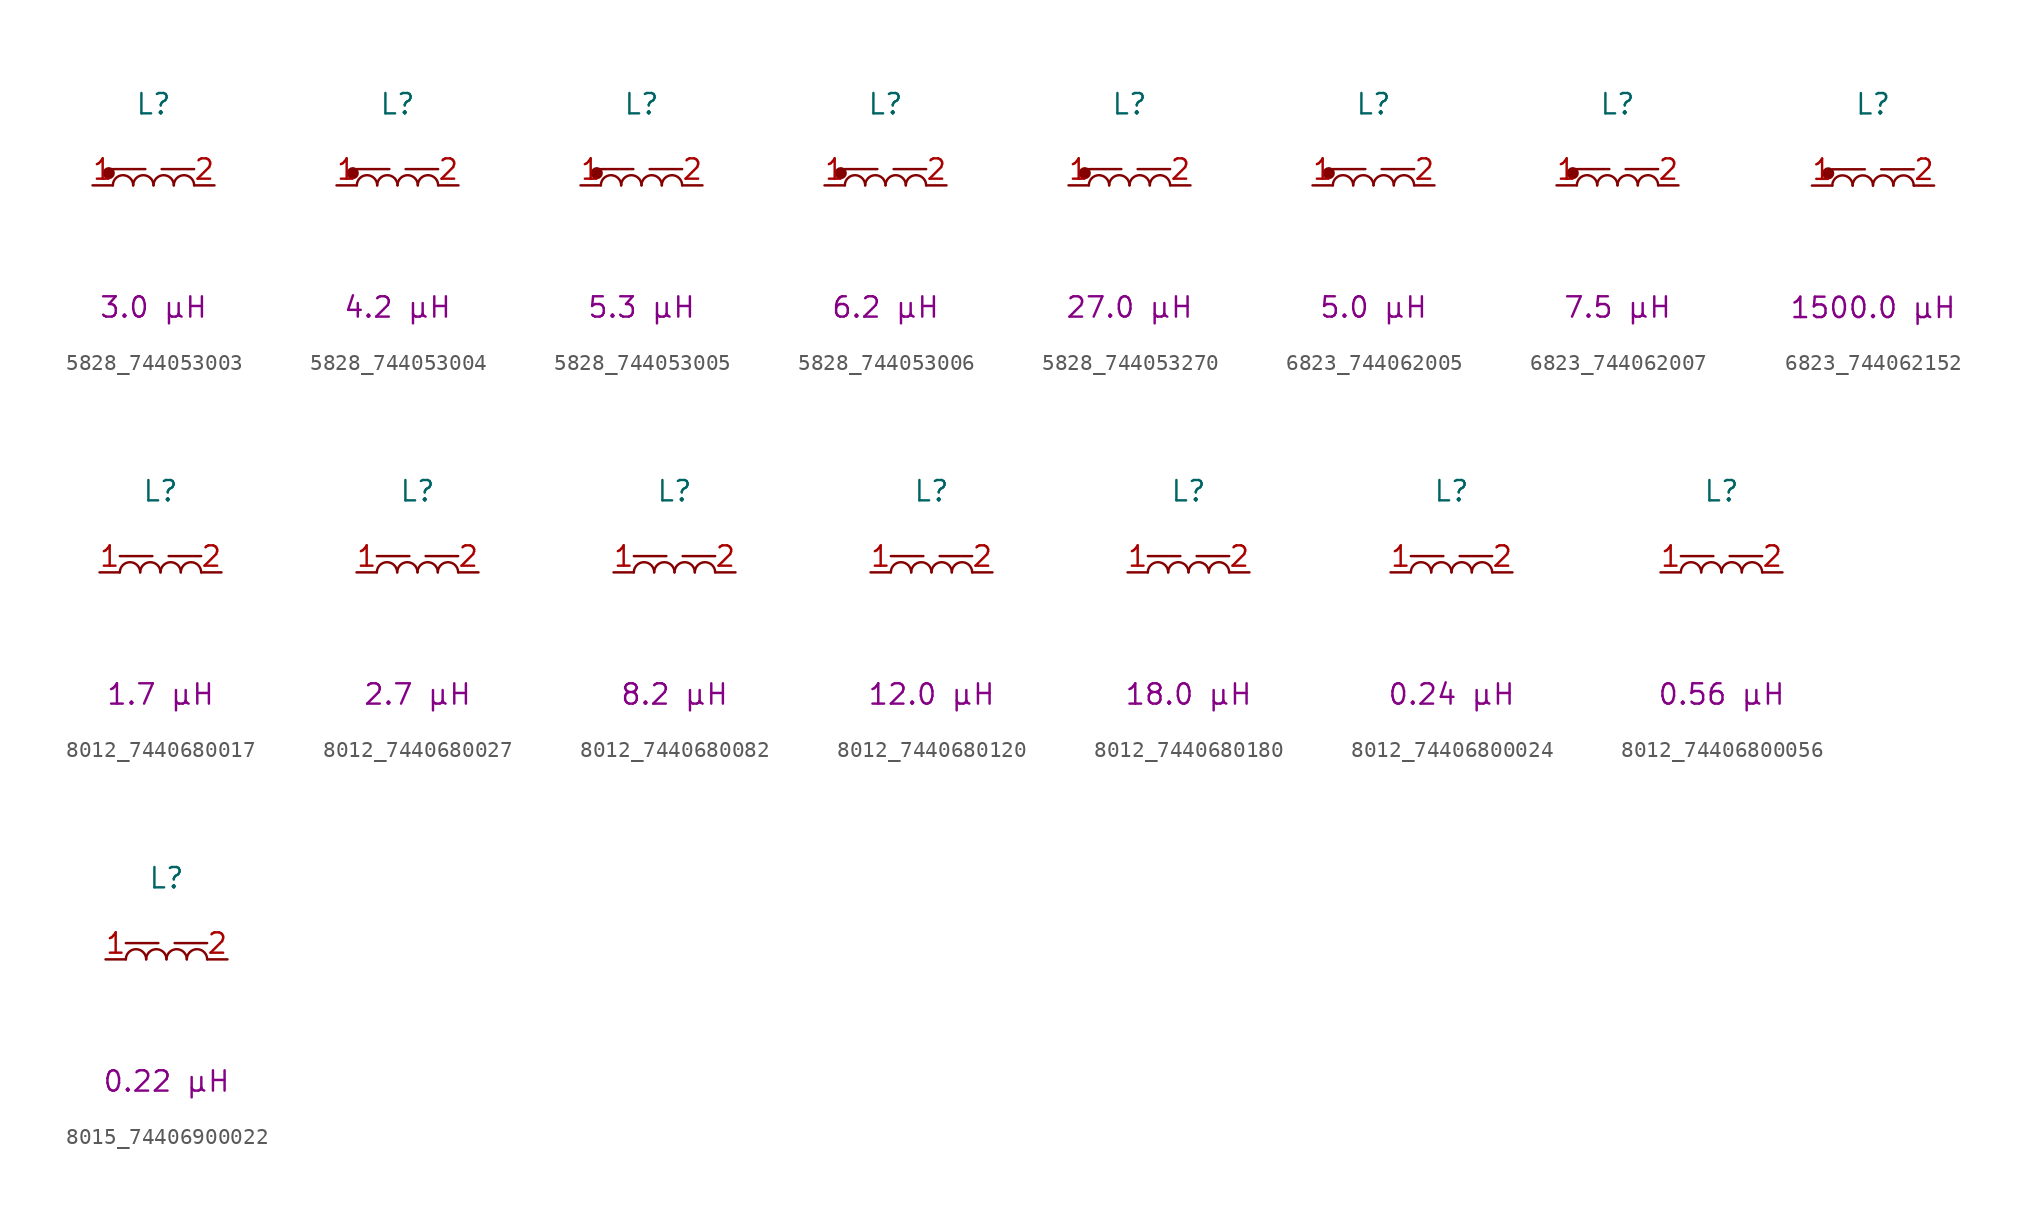
<source format=kicad_sym>
(kicad_symbol_lib
  (version 20220914)
  (generator kicad_symbol_editor)
  (symbol "5828_744053003"
    (pin_names hide)
    (property "Reference" "L"
      (at 0 5.08 0)
      (effects (font (size 1.27 1.27))))
    (property "Critical Parameter" "3.0 µH"
      (at 0 -7.62 0)
      (effects (font (size 1.27 1.27))))
    (symbol "5828_744053003_0_1"
      (arc (start -1.27 0) (mid -1.905 0.6323) (end -2.54 0) (stroke (width 0) (type default)) (fill (type none)))
      (arc (start 0 0) (mid -0.635 0.6323) (end -1.27 0) (stroke (width 0) (type default)) (fill (type none)))
      (polyline (pts (xy -2.54 1.016) (xy -0.508 1.016)) (stroke (width 0) (type default)) (fill (type none)))
      (arc (start 1.27 0) (mid 0.635 0.6323) (end 0 0) (stroke (width 0) (type default)) (fill (type none)))
      (arc (start 2.54 0) (mid 1.905 0.6323) (end 1.27 0) (stroke (width 0) (type default)) (fill (type none))))
    (symbol "5828_744053003_1_1"
      (circle (center -2.794 0.762) (radius 0.0001) (stroke (width 0.381) (type default)) (fill (type none)))
      (polyline (pts (xy 2.54 1.016) (xy 0.508 1.016)) (stroke (width 0) (type default)) (fill (type none)))
      (pin passive line (at -3.81 0 0) (length 1.27) (name "1" (effects (font (size 1.27 1.27)))) (number "1" (effects (font (size 1.27 1.27)))))
      (pin passive line (at 3.81 0 180) (length 1.27) (name "2" (effects (font (size 1.27 1.27)))) (number "2" (effects (font (size 1.27 1.27)))))))
  (symbol "5828_744053004"
    (pin_names hide)
    (property "Reference" "L"
      (at 0 5.08 0)
      (effects (font (size 1.27 1.27))))
    (property "Critical Parameter" "4.2 µH"
      (at 0 -7.62 0)
      (effects (font (size 1.27 1.27))))
    (symbol "5828_744053004_0_1"
      (arc (start -1.27 0) (mid -1.905 0.6323) (end -2.54 0) (stroke (width 0) (type default)) (fill (type none)))
      (arc (start 0 0) (mid -0.635 0.6323) (end -1.27 0) (stroke (width 0) (type default)) (fill (type none)))
      (polyline (pts (xy -2.54 1.016) (xy -0.508 1.016)) (stroke (width 0) (type default)) (fill (type none)))
      (arc (start 1.27 0) (mid 0.635 0.6323) (end 0 0) (stroke (width 0) (type default)) (fill (type none)))
      (arc (start 2.54 0) (mid 1.905 0.6323) (end 1.27 0) (stroke (width 0) (type default)) (fill (type none))))
    (symbol "5828_744053004_1_1"
      (circle (center -2.794 0.762) (radius 0.0001) (stroke (width 0.381) (type default)) (fill (type none)))
      (polyline (pts (xy 2.54 1.016) (xy 0.508 1.016)) (stroke (width 0) (type default)) (fill (type none)))
      (pin passive line (at -3.81 0 0) (length 1.27) (name "1" (effects (font (size 1.27 1.27)))) (number "1" (effects (font (size 1.27 1.27)))))
      (pin passive line (at 3.81 0 180) (length 1.27) (name "2" (effects (font (size 1.27 1.27)))) (number "2" (effects (font (size 1.27 1.27)))))))
  (symbol "5828_744053005"
    (pin_names hide)
    (property "Reference" "L"
      (at 0 5.08 0)
      (effects (font (size 1.27 1.27))))
    (property "Critical Parameter" "5.3 µH"
      (at 0 -7.62 0)
      (effects (font (size 1.27 1.27))))
    (symbol "5828_744053005_0_1"
      (arc (start -1.27 0) (mid -1.905 0.6323) (end -2.54 0) (stroke (width 0) (type default)) (fill (type none)))
      (arc (start 0 0) (mid -0.635 0.6323) (end -1.27 0) (stroke (width 0) (type default)) (fill (type none)))
      (polyline (pts (xy -2.54 1.016) (xy -0.508 1.016)) (stroke (width 0) (type default)) (fill (type none)))
      (arc (start 1.27 0) (mid 0.635 0.6323) (end 0 0) (stroke (width 0) (type default)) (fill (type none)))
      (arc (start 2.54 0) (mid 1.905 0.6323) (end 1.27 0) (stroke (width 0) (type default)) (fill (type none))))
    (symbol "5828_744053005_1_1"
      (circle (center -2.794 0.762) (radius 0.0001) (stroke (width 0.381) (type default)) (fill (type none)))
      (polyline (pts (xy 2.54 1.016) (xy 0.508 1.016)) (stroke (width 0) (type default)) (fill (type none)))
      (pin passive line (at -3.81 0 0) (length 1.27) (name "1" (effects (font (size 1.27 1.27)))) (number "1" (effects (font (size 1.27 1.27)))))
      (pin passive line (at 3.81 0 180) (length 1.27) (name "2" (effects (font (size 1.27 1.27)))) (number "2" (effects (font (size 1.27 1.27)))))))
  (symbol "5828_744053006"
    (pin_names hide)
    (property "Reference" "L"
      (at 0 5.08 0)
      (effects (font (size 1.27 1.27))))
    (property "Critical Parameter" "6.2 µH"
      (at 0 -7.62 0)
      (effects (font (size 1.27 1.27))))
    (symbol "5828_744053006_0_1"
      (arc (start -1.27 0) (mid -1.905 0.6323) (end -2.54 0) (stroke (width 0) (type default)) (fill (type none)))
      (arc (start 0 0) (mid -0.635 0.6323) (end -1.27 0) (stroke (width 0) (type default)) (fill (type none)))
      (polyline (pts (xy -2.54 1.016) (xy -0.508 1.016)) (stroke (width 0) (type default)) (fill (type none)))
      (arc (start 1.27 0) (mid 0.635 0.6323) (end 0 0) (stroke (width 0) (type default)) (fill (type none)))
      (arc (start 2.54 0) (mid 1.905 0.6323) (end 1.27 0) (stroke (width 0) (type default)) (fill (type none))))
    (symbol "5828_744053006_1_1"
      (circle (center -2.794 0.762) (radius 0.0001) (stroke (width 0.381) (type default)) (fill (type none)))
      (polyline (pts (xy 2.54 1.016) (xy 0.508 1.016)) (stroke (width 0) (type default)) (fill (type none)))
      (pin passive line (at -3.81 0 0) (length 1.27) (name "1" (effects (font (size 1.27 1.27)))) (number "1" (effects (font (size 1.27 1.27)))))
      (pin passive line (at 3.81 0 180) (length 1.27) (name "2" (effects (font (size 1.27 1.27)))) (number "2" (effects (font (size 1.27 1.27)))))))
  (symbol "5828_744053270"
    (pin_names hide)
    (property "Reference" "L"
      (at 0 5.08 0)
      (effects (font (size 1.27 1.27))))
    (property "Critical Parameter" "27.0 µH"
      (at 0 -7.62 0)
      (effects (font (size 1.27 1.27))))
    (symbol "5828_744053270_0_1"
      (arc (start -1.27 0) (mid -1.905 0.6323) (end -2.54 0) (stroke (width 0) (type default)) (fill (type none)))
      (arc (start 0 0) (mid -0.635 0.6323) (end -1.27 0) (stroke (width 0) (type default)) (fill (type none)))
      (polyline (pts (xy -2.54 1.016) (xy -0.508 1.016)) (stroke (width 0) (type default)) (fill (type none)))
      (arc (start 1.27 0) (mid 0.635 0.6323) (end 0 0) (stroke (width 0) (type default)) (fill (type none)))
      (arc (start 2.54 0) (mid 1.905 0.6323) (end 1.27 0) (stroke (width 0) (type default)) (fill (type none))))
    (symbol "5828_744053270_1_1"
      (circle (center -2.794 0.762) (radius 0.0001) (stroke (width 0.381) (type default)) (fill (type none)))
      (polyline (pts (xy 2.54 1.016) (xy 0.508 1.016)) (stroke (width 0) (type default)) (fill (type none)))
      (pin passive line (at -3.81 0 0) (length 1.27) (name "1" (effects (font (size 1.27 1.27)))) (number "1" (effects (font (size 1.27 1.27)))))
      (pin passive line (at 3.81 0 180) (length 1.27) (name "2" (effects (font (size 1.27 1.27)))) (number "2" (effects (font (size 1.27 1.27)))))))
  (symbol "6823_744062005"
    (pin_names hide)
    (property "Reference" "L"
      (at 0 5.08 0)
      (effects (font (size 1.27 1.27))))
    (property "Critical Parameter" "5.0 µH"
      (at 0 -7.62 0)
      (effects (font (size 1.27 1.27))))
    (symbol "6823_744062005_0_1"
      (arc (start -1.27 0) (mid -1.905 0.6323) (end -2.54 0) (stroke (width 0) (type default)) (fill (type none)))
      (arc (start 0 0) (mid -0.635 0.6323) (end -1.27 0) (stroke (width 0) (type default)) (fill (type none)))
      (polyline (pts (xy -2.54 1.016) (xy -0.508 1.016)) (stroke (width 0) (type default)) (fill (type none)))
      (arc (start 1.27 0) (mid 0.635 0.6323) (end 0 0) (stroke (width 0) (type default)) (fill (type none)))
      (arc (start 2.54 0) (mid 1.905 0.6323) (end 1.27 0) (stroke (width 0) (type default)) (fill (type none))))
    (symbol "6823_744062005_1_1"
      (circle (center -2.794 0.762) (radius 0.0001) (stroke (width 0.381) (type default)) (fill (type none)))
      (polyline (pts (xy 2.54 1.016) (xy 0.508 1.016)) (stroke (width 0) (type default)) (fill (type none)))
      (pin passive line (at -3.81 0 0) (length 1.27) (name "1" (effects (font (size 1.27 1.27)))) (number "1" (effects (font (size 1.27 1.27)))))
      (pin passive line (at 3.81 0 180) (length 1.27) (name "2" (effects (font (size 1.27 1.27)))) (number "2" (effects (font (size 1.27 1.27)))))))
  (symbol "6823_744062007"
    (pin_names hide)
    (property "Reference" "L"
      (at 0 5.08 0)
      (effects (font (size 1.27 1.27))))
    (property "Critical Parameter" "7.5 µH"
      (at 0 -7.62 0)
      (effects (font (size 1.27 1.27))))
    (symbol "6823_744062007_0_1"
      (arc (start -1.27 0) (mid -1.905 0.6323) (end -2.54 0) (stroke (width 0) (type default)) (fill (type none)))
      (arc (start 0 0) (mid -0.635 0.6323) (end -1.27 0) (stroke (width 0) (type default)) (fill (type none)))
      (polyline (pts (xy -2.54 1.016) (xy -0.508 1.016)) (stroke (width 0) (type default)) (fill (type none)))
      (arc (start 1.27 0) (mid 0.635 0.6323) (end 0 0) (stroke (width 0) (type default)) (fill (type none)))
      (arc (start 2.54 0) (mid 1.905 0.6323) (end 1.27 0) (stroke (width 0) (type default)) (fill (type none))))
    (symbol "6823_744062007_1_1"
      (circle (center -2.794 0.762) (radius 0.0001) (stroke (width 0.381) (type default)) (fill (type none)))
      (polyline (pts (xy 2.54 1.016) (xy 0.508 1.016)) (stroke (width 0) (type default)) (fill (type none)))
      (pin passive line (at -3.81 0 0) (length 1.27) (name "1" (effects (font (size 1.27 1.27)))) (number "1" (effects (font (size 1.27 1.27)))))
      (pin passive line (at 3.81 0 180) (length 1.27) (name "2" (effects (font (size 1.27 1.27)))) (number "2" (effects (font (size 1.27 1.27)))))))
  (symbol "6823_744062152"
    (pin_names hide)
    (property "Reference" "L"
      (at 0 5.08 0)
      (effects (font (size 1.27 1.27))))
    (property "Critical Parameter" "1500.0 µH"
      (at 0 -7.62 0)
      (effects (font (size 1.27 1.27))))
    (symbol "6823_744062152_0_1"
      (arc (start -1.27 0) (mid -1.905 0.6323) (end -2.54 0) (stroke (width 0) (type default)) (fill (type none)))
      (arc (start 0 0) (mid -0.635 0.6323) (end -1.27 0) (stroke (width 0) (type default)) (fill (type none)))
      (polyline (pts (xy -2.54 1.016) (xy -0.508 1.016)) (stroke (width 0) (type default)) (fill (type none)))
      (arc (start 1.27 0) (mid 0.635 0.6323) (end 0 0) (stroke (width 0) (type default)) (fill (type none)))
      (arc (start 2.54 0) (mid 1.905 0.6323) (end 1.27 0) (stroke (width 0) (type default)) (fill (type none))))
    (symbol "6823_744062152_1_1"
      (circle (center -2.794 0.762) (radius 0.0001) (stroke (width 0.381) (type default)) (fill (type none)))
      (polyline (pts (xy 2.54 1.016) (xy 0.508 1.016)) (stroke (width 0) (type default)) (fill (type none)))
      (pin passive line (at -3.81 0 0) (length 1.27) (name "1" (effects (font (size 1.27 1.27)))) (number "1" (effects (font (size 1.27 1.27)))))
      (pin passive line (at 3.81 0 180) (length 1.27) (name "2" (effects (font (size 1.27 1.27)))) (number "2" (effects (font (size 1.27 1.27)))))))
  (symbol "8012_7440680017"
    (pin_names hide)
    (property "Reference" "L"
      (at 0 5.08 0)
      (effects (font (size 1.27 1.27))))
    (property "Critical Parameter" "1.7 µH"
      (at 0 -7.62 0)
      (effects (font (size 1.27 1.27))))
    (symbol "8012_7440680017_0_1"
      (arc (start -1.27 0) (mid -1.905 0.6323) (end -2.54 0) (stroke (width 0) (type default)) (fill (type none)))
      (arc (start 0 0) (mid -0.635 0.6323) (end -1.27 0) (stroke (width 0) (type default)) (fill (type none)))
      (polyline (pts (xy -2.54 1.016) (xy -0.508 1.016)) (stroke (width 0) (type default)) (fill (type none)))
      (arc (start 1.27 0) (mid 0.635 0.6323) (end 0 0) (stroke (width 0) (type default)) (fill (type none)))
      (arc (start 2.54 0) (mid 1.905 0.6323) (end 1.27 0) (stroke (width 0) (type default)) (fill (type none))))
    (symbol "8012_7440680017_1_1"
      (polyline (pts (xy 2.54 1.016) (xy 0.508 1.016)) (stroke (width 0) (type default)) (fill (type none)))
      (pin passive line (at -3.81 0 0) (length 1.27) (name "1" (effects (font (size 1.27 1.27)))) (number "1" (effects (font (size 1.27 1.27)))))
      (pin passive line (at 3.81 0 180) (length 1.27) (name "2" (effects (font (size 1.27 1.27)))) (number "2" (effects (font (size 1.27 1.27)))))))
  (symbol "8012_7440680027"
    (pin_names hide)
    (property "Reference" "L"
      (at 0 5.08 0)
      (effects (font (size 1.27 1.27))))
    (property "Critical Parameter" "2.7 µH"
      (at 0 -7.62 0)
      (effects (font (size 1.27 1.27))))
    (symbol "8012_7440680027_0_1"
      (arc (start -1.27 0) (mid -1.905 0.6323) (end -2.54 0) (stroke (width 0) (type default)) (fill (type none)))
      (arc (start 0 0) (mid -0.635 0.6323) (end -1.27 0) (stroke (width 0) (type default)) (fill (type none)))
      (polyline (pts (xy -2.54 1.016) (xy -0.508 1.016)) (stroke (width 0) (type default)) (fill (type none)))
      (arc (start 1.27 0) (mid 0.635 0.6323) (end 0 0) (stroke (width 0) (type default)) (fill (type none)))
      (arc (start 2.54 0) (mid 1.905 0.6323) (end 1.27 0) (stroke (width 0) (type default)) (fill (type none))))
    (symbol "8012_7440680027_1_1"
      (polyline (pts (xy 2.54 1.016) (xy 0.508 1.016)) (stroke (width 0) (type default)) (fill (type none)))
      (pin passive line (at -3.81 0 0) (length 1.27) (name "1" (effects (font (size 1.27 1.27)))) (number "1" (effects (font (size 1.27 1.27)))))
      (pin passive line (at 3.81 0 180) (length 1.27) (name "2" (effects (font (size 1.27 1.27)))) (number "2" (effects (font (size 1.27 1.27)))))))
  (symbol "8012_7440680082"
    (pin_names hide)
    (property "Reference" "L"
      (at 0 5.08 0)
      (effects (font (size 1.27 1.27))))
    (property "Critical Parameter" "8.2 µH"
      (at 0 -7.62 0)
      (effects (font (size 1.27 1.27))))
    (symbol "8012_7440680082_0_1"
      (arc (start -1.27 0) (mid -1.905 0.6323) (end -2.54 0) (stroke (width 0) (type default)) (fill (type none)))
      (arc (start 0 0) (mid -0.635 0.6323) (end -1.27 0) (stroke (width 0) (type default)) (fill (type none)))
      (polyline (pts (xy -2.54 1.016) (xy -0.508 1.016)) (stroke (width 0) (type default)) (fill (type none)))
      (arc (start 1.27 0) (mid 0.635 0.6323) (end 0 0) (stroke (width 0) (type default)) (fill (type none)))
      (arc (start 2.54 0) (mid 1.905 0.6323) (end 1.27 0) (stroke (width 0) (type default)) (fill (type none))))
    (symbol "8012_7440680082_1_1"
      (polyline (pts (xy 2.54 1.016) (xy 0.508 1.016)) (stroke (width 0) (type default)) (fill (type none)))
      (pin passive line (at -3.81 0 0) (length 1.27) (name "1" (effects (font (size 1.27 1.27)))) (number "1" (effects (font (size 1.27 1.27)))))
      (pin passive line (at 3.81 0 180) (length 1.27) (name "2" (effects (font (size 1.27 1.27)))) (number "2" (effects (font (size 1.27 1.27)))))))
  (symbol "8012_7440680120"
    (pin_names hide)
    (property "Reference" "L"
      (at 0 5.08 0)
      (effects (font (size 1.27 1.27))))
    (property "Critical Parameter" "12.0 µH"
      (at 0 -7.62 0)
      (effects (font (size 1.27 1.27))))
    (symbol "8012_7440680120_0_1"
      (arc (start -1.27 0) (mid -1.905 0.6323) (end -2.54 0) (stroke (width 0) (type default)) (fill (type none)))
      (arc (start 0 0) (mid -0.635 0.6323) (end -1.27 0) (stroke (width 0) (type default)) (fill (type none)))
      (polyline (pts (xy -2.54 1.016) (xy -0.508 1.016)) (stroke (width 0) (type default)) (fill (type none)))
      (arc (start 1.27 0) (mid 0.635 0.6323) (end 0 0) (stroke (width 0) (type default)) (fill (type none)))
      (arc (start 2.54 0) (mid 1.905 0.6323) (end 1.27 0) (stroke (width 0) (type default)) (fill (type none))))
    (symbol "8012_7440680120_1_1"
      (polyline (pts (xy 2.54 1.016) (xy 0.508 1.016)) (stroke (width 0) (type default)) (fill (type none)))
      (pin passive line (at -3.81 0 0) (length 1.27) (name "1" (effects (font (size 1.27 1.27)))) (number "1" (effects (font (size 1.27 1.27)))))
      (pin passive line (at 3.81 0 180) (length 1.27) (name "2" (effects (font (size 1.27 1.27)))) (number "2" (effects (font (size 1.27 1.27)))))))
  (symbol "8012_7440680180"
    (pin_names hide)
    (property "Reference" "L"
      (at 0 5.08 0)
      (effects (font (size 1.27 1.27))))
    (property "Critical Parameter" "18.0 µH"
      (at 0 -7.62 0)
      (effects (font (size 1.27 1.27))))
    (symbol "8012_7440680180_0_1"
      (arc (start -1.27 0) (mid -1.905 0.6323) (end -2.54 0) (stroke (width 0) (type default)) (fill (type none)))
      (arc (start 0 0) (mid -0.635 0.6323) (end -1.27 0) (stroke (width 0) (type default)) (fill (type none)))
      (polyline (pts (xy -2.54 1.016) (xy -0.508 1.016)) (stroke (width 0) (type default)) (fill (type none)))
      (arc (start 1.27 0) (mid 0.635 0.6323) (end 0 0) (stroke (width 0) (type default)) (fill (type none)))
      (arc (start 2.54 0) (mid 1.905 0.6323) (end 1.27 0) (stroke (width 0) (type default)) (fill (type none))))
    (symbol "8012_7440680180_1_1"
      (polyline (pts (xy 2.54 1.016) (xy 0.508 1.016)) (stroke (width 0) (type default)) (fill (type none)))
      (pin passive line (at -3.81 0 0) (length 1.27) (name "1" (effects (font (size 1.27 1.27)))) (number "1" (effects (font (size 1.27 1.27)))))
      (pin passive line (at 3.81 0 180) (length 1.27) (name "2" (effects (font (size 1.27 1.27)))) (number "2" (effects (font (size 1.27 1.27)))))))
  (symbol "8012_74406800024"
    (pin_names hide)
    (property "Reference" "L"
      (at 0 5.08 0)
      (effects (font (size 1.27 1.27))))
    (property "Critical Parameter" "0.24 µH"
      (at 0 -7.62 0)
      (effects (font (size 1.27 1.27))))
    (symbol "8012_74406800024_0_1"
      (arc (start -1.27 0) (mid -1.905 0.6323) (end -2.54 0) (stroke (width 0) (type default)) (fill (type none)))
      (arc (start 0 0) (mid -0.635 0.6323) (end -1.27 0) (stroke (width 0) (type default)) (fill (type none)))
      (polyline (pts (xy -2.54 1.016) (xy -0.508 1.016)) (stroke (width 0) (type default)) (fill (type none)))
      (arc (start 1.27 0) (mid 0.635 0.6323) (end 0 0) (stroke (width 0) (type default)) (fill (type none)))
      (arc (start 2.54 0) (mid 1.905 0.6323) (end 1.27 0) (stroke (width 0) (type default)) (fill (type none))))
    (symbol "8012_74406800024_1_1"
      (polyline (pts (xy 2.54 1.016) (xy 0.508 1.016)) (stroke (width 0) (type default)) (fill (type none)))
      (pin passive line (at -3.81 0 0) (length 1.27) (name "1" (effects (font (size 1.27 1.27)))) (number "1" (effects (font (size 1.27 1.27)))))
      (pin passive line (at 3.81 0 180) (length 1.27) (name "2" (effects (font (size 1.27 1.27)))) (number "2" (effects (font (size 1.27 1.27)))))))
  (symbol "8012_74406800056"
    (pin_names hide)
    (property "Reference" "L"
      (at 0 5.08 0)
      (effects (font (size 1.27 1.27))))
    (property "Critical Parameter" "0.56 µH"
      (at 0 -7.62 0)
      (effects (font (size 1.27 1.27))))
    (symbol "8012_74406800056_0_1"
      (arc (start -1.27 0) (mid -1.905 0.6323) (end -2.54 0) (stroke (width 0) (type default)) (fill (type none)))
      (arc (start 0 0) (mid -0.635 0.6323) (end -1.27 0) (stroke (width 0) (type default)) (fill (type none)))
      (polyline (pts (xy -2.54 1.016) (xy -0.508 1.016)) (stroke (width 0) (type default)) (fill (type none)))
      (arc (start 1.27 0) (mid 0.635 0.6323) (end 0 0) (stroke (width 0) (type default)) (fill (type none)))
      (arc (start 2.54 0) (mid 1.905 0.6323) (end 1.27 0) (stroke (width 0) (type default)) (fill (type none))))
    (symbol "8012_74406800056_1_1"
      (polyline (pts (xy 2.54 1.016) (xy 0.508 1.016)) (stroke (width 0) (type default)) (fill (type none)))
      (pin passive line (at -3.81 0 0) (length 1.27) (name "1" (effects (font (size 1.27 1.27)))) (number "1" (effects (font (size 1.27 1.27)))))
      (pin passive line (at 3.81 0 180) (length 1.27) (name "2" (effects (font (size 1.27 1.27)))) (number "2" (effects (font (size 1.27 1.27)))))))
  (symbol "8015_74406900022"
    (pin_names hide)
    (property "Reference" "L"
      (at 0 5.08 0)
      (effects (font (size 1.27 1.27))))
    (property "Critical Parameter" "0.22 µH"
      (at 0 -7.62 0)
      (effects (font (size 1.27 1.27))))
    (symbol "8015_74406900022_0_1"
      (arc (start -1.27 0) (mid -1.905 0.6323) (end -2.54 0) (stroke (width 0) (type default)) (fill (type none)))
      (arc (start 0 0) (mid -0.635 0.6323) (end -1.27 0) (stroke (width 0) (type default)) (fill (type none)))
      (polyline (pts (xy -2.54 1.016) (xy -0.508 1.016)) (stroke (width 0) (type default)) (fill (type none)))
      (arc (start 1.27 0) (mid 0.635 0.6323) (end 0 0) (stroke (width 0) (type default)) (fill (type none)))
      (arc (start 2.54 0) (mid 1.905 0.6323) (end 1.27 0) (stroke (width 0) (type default)) (fill (type none))))
    (symbol "8015_74406900022_1_1"
      (polyline (pts (xy 2.54 1.016) (xy 0.508 1.016)) (stroke (width 0) (type default)) (fill (type none)))
      (pin passive line (at -3.81 0 0) (length 1.27) (name "1" (effects (font (size 1.27 1.27)))) (number "1" (effects (font (size 1.27 1.27)))))
      (pin passive line (at 3.81 0 180) (length 1.27) (name "2" (effects (font (size 1.27 1.27)))) (number "2" (effects (font (size 1.27 1.27))))))))
</source>
